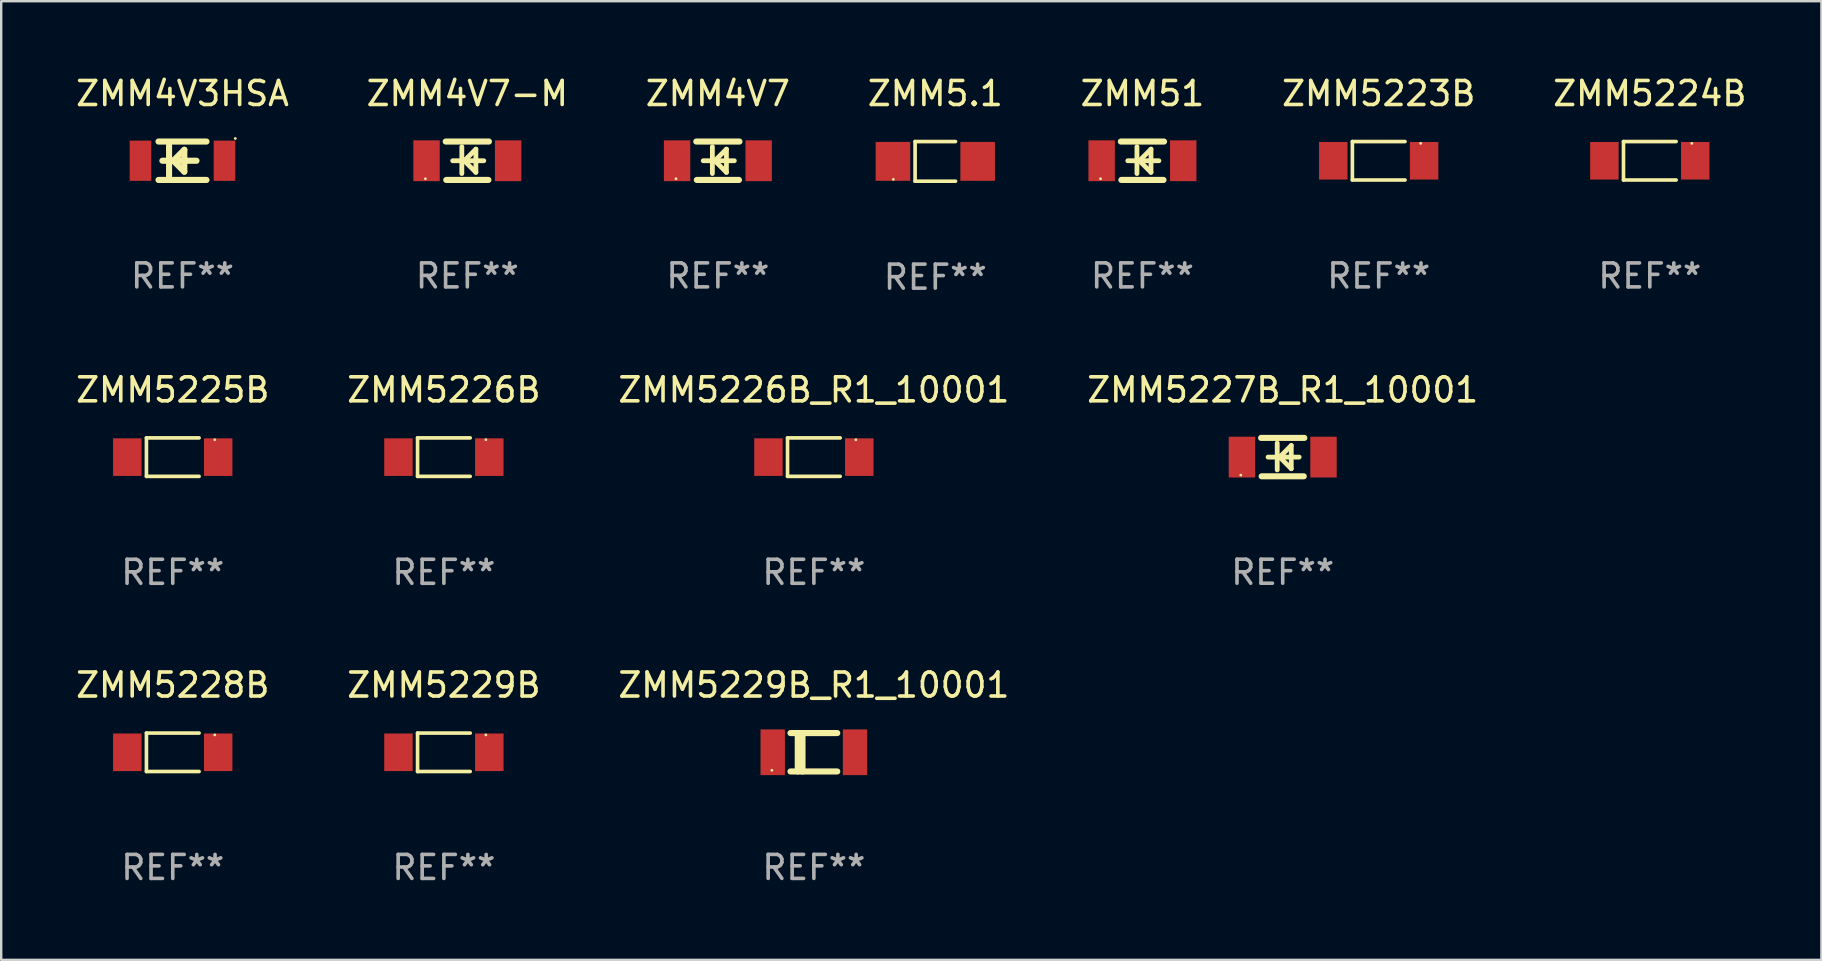
<source format=kicad_pcb>
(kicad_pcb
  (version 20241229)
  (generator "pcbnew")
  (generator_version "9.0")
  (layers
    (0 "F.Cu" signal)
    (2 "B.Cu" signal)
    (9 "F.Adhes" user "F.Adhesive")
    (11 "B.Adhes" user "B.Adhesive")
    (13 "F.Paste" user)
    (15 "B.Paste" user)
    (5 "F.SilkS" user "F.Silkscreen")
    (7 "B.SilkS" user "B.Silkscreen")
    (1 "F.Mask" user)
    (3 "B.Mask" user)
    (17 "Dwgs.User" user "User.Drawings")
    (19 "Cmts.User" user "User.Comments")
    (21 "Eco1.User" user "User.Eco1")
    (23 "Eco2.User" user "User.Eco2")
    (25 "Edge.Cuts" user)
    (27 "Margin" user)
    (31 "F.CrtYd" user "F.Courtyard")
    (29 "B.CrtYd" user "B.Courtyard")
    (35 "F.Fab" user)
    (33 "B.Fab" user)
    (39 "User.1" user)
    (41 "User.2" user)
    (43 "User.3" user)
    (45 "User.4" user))
  (footprint "ZMM5226B"
    (layer "F.Cu")
    (at 15.446 15.998)
    (property "Reference" "ZMM5226B" (at 0 -2.801 0) (layer "F.SilkS") (effects (font (size 1 1) (thickness 0.15))))
    (attr through_hole)
    (fp_line (start -1.097 -0.801) (end -1.097 0.801) (stroke (width 0.152) (type solid)) (layer "F.SilkS"))
    (fp_line (start -1.097 -0.801) (end 1.097 -0.801) (stroke (width 0.152) (type solid)) (layer "F.SilkS"))
    (fp_line (start -1.097 0.801) (end 1.097 0.801) (stroke (width 0.152) (type solid)) (layer "F.SilkS"))
    (fp_circle (center 1.75 -0.725) (end 1.78 -0.725) (stroke (width 0.06) (type solid)) (fill no) (layer "F.SilkS"))
    (fp_text user "REF**" (at 0 4.801 0) (layer "F.Fab") (effects (font (size 1 1) (thickness 0.15))))
    (pad "1" smd rect (at 1.893 0) (size 1.185 1.566) (layers "F.Cu" "F.Mask" "F.Paste"))
    (pad "2" smd rect (at -1.893 0) (size 1.185 1.566) (layers "F.Cu" "F.Mask" "F.Paste")))
  (footprint "ZMM5226B_R1_10001"
    (layer "F.Cu")
    (at 30.863 15.998)
    (property "Reference" "ZMM5226B_R1_10001" (at 0 -2.801 0) (layer "F.SilkS") (effects (font (size 1 1) (thickness 0.15))))
    (attr through_hole)
    (fp_line (start -1.097 -0.801) (end -1.097 0.801) (stroke (width 0.152) (type solid)) (layer "F.SilkS"))
    (fp_line (start -1.097 -0.801) (end 1.097 -0.801) (stroke (width 0.152) (type solid)) (layer "F.SilkS"))
    (fp_line (start -1.097 0.801) (end 1.097 0.801) (stroke (width 0.152) (type solid)) (layer "F.SilkS"))
    (fp_circle (center 1.75 -0.725) (end 1.78 -0.725) (stroke (width 0.06) (type solid)) (fill no) (layer "F.SilkS"))
    (fp_text user "REF**" (at 0 4.801 0) (layer "F.Fab") (effects (font (size 1 1) (thickness 0.15))))
    (pad "1" smd rect (at 1.893 0) (size 1.185 1.566) (layers "F.Cu" "F.Mask" "F.Paste"))
    (pad "2" smd rect (at -1.893 0) (size 1.185 1.566) (layers "F.Cu" "F.Mask" "F.Paste")))
  (footprint "ZMM5227B_R1_10001"
    (layer "F.Cu")
    (at 50.399 15.997)
    (property "Reference" "ZMM5227B_R1_10001" (at 0 -2.8 0) (layer "F.SilkS") (effects (font (size 1 1) (thickness 0.15))))
    (attr through_hole)
    (fp_line (start -0.9 -0.8) (end 0.9 -0.8) (stroke (width 0.254) (type solid)) (layer "F.SilkS"))
    (fp_line (start -0.878 0.8) (end 0.878 0.8) (stroke (width 0.254) (type solid)) (layer "F.SilkS"))
    (fp_line (start -0.61 0) (end 0.686 0) (stroke (width 0.2) (type solid)) (layer "F.SilkS"))
    (fp_line (start -0.229 -0.584) (end -0.229 0.533) (stroke (width 0.2) (type solid)) (layer "F.SilkS"))
    (fp_line (start -0.127 0) (end 0.356 -0.483) (stroke (width 0.2) (type solid)) (layer "F.SilkS"))
    (fp_line (start 0.356 -0.483) (end 0.356 0.483) (stroke (width 0.2) (type solid)) (layer "F.SilkS"))
    (fp_line (start 0.356 0.483) (end -0.102 0.025) (stroke (width 0.2) (type solid)) (layer "F.SilkS"))
    (fp_circle (center -1.746 0.75) (end -1.716 0.75) (stroke (width 0.06) (type solid)) (fill no) (layer "F.SilkS"))
    (fp_text user "REF**" (at 0 4.8 0) (layer "F.Fab") (effects (font (size 1 1) (thickness 0.15))))
    (pad "1" smd rect (at -1.7 0 180) (size 1.1 1.7) (layers "F.Cu" "F.Mask" "F.Paste"))
    (pad "2" smd rect (at 1.7 0 180) (size 1.1 1.7) (layers "F.Cu" "F.Mask" "F.Paste")))
  (footprint "ZMM5225B"
    (layer "F.Cu")
    (at 4.149 15.998)
    (property "Reference" "ZMM5225B" (at 0 -2.801 0) (layer "F.SilkS") (effects (font (size 1 1) (thickness 0.15))))
    (attr through_hole)
    (fp_line (start -1.097 -0.801) (end -1.097 0.801) (stroke (width 0.152) (type solid)) (layer "F.SilkS"))
    (fp_line (start -1.097 -0.801) (end 1.097 -0.801) (stroke (width 0.152) (type solid)) (layer "F.SilkS"))
    (fp_line (start -1.097 0.801) (end 1.097 0.801) (stroke (width 0.152) (type solid)) (layer "F.SilkS"))
    (fp_circle (center 1.75 -0.725) (end 1.78 -0.725) (stroke (width 0.06) (type solid)) (fill no) (layer "F.SilkS"))
    (fp_text user "REF**" (at 0 4.801 0) (layer "F.Fab") (effects (font (size 1 1) (thickness 0.15))))
    (pad "1" smd rect (at 1.893 0) (size 1.185 1.566) (layers "F.Cu" "F.Mask" "F.Paste"))
    (pad "2" smd rect (at -1.893 0) (size 1.185 1.566) (layers "F.Cu" "F.Mask" "F.Paste")))
  (footprint "ZMM5229B"
    (layer "F.Cu")
    (at 15.446 28.297)
    (property "Reference" "ZMM5229B" (at 0 -2.801 0) (layer "F.SilkS") (effects (font (size 1 1) (thickness 0.15))))
    (attr through_hole)
    (fp_line (start -1.097 -0.801) (end -1.097 0.801) (stroke (width 0.152) (type solid)) (layer "F.SilkS"))
    (fp_line (start -1.097 -0.801) (end 1.097 -0.801) (stroke (width 0.152) (type solid)) (layer "F.SilkS"))
    (fp_line (start -1.097 0.801) (end 1.097 0.801) (stroke (width 0.152) (type solid)) (layer "F.SilkS"))
    (fp_circle (center 1.75 -0.725) (end 1.78 -0.725) (stroke (width 0.06) (type solid)) (fill no) (layer "F.SilkS"))
    (fp_text user "REF**" (at 0 4.801 0) (layer "F.Fab") (effects (font (size 1 1) (thickness 0.15))))
    (pad "1" smd rect (at 1.893 0) (size 1.185 1.566) (layers "F.Cu" "F.Mask" "F.Paste"))
    (pad "2" smd rect (at -1.893 0) (size 1.185 1.566) (layers "F.Cu" "F.Mask" "F.Paste")))
  (footprint "ZMM5224B"
    (layer "F.Cu")
    (at 65.696 3.649)
    (property "Reference" "ZMM5224B" (at 0 -2.801 0) (layer "F.SilkS") (effects (font (size 1 1) (thickness 0.15))))
    (attr through_hole)
    (fp_line (start -1.097 -0.801) (end -1.097 0.801) (stroke (width 0.152) (type solid)) (layer "F.SilkS"))
    (fp_line (start -1.097 -0.801) (end 1.097 -0.801) (stroke (width 0.152) (type solid)) (layer "F.SilkS"))
    (fp_line (start -1.097 0.801) (end 1.097 0.801) (stroke (width 0.152) (type solid)) (layer "F.SilkS"))
    (fp_circle (center 1.75 -0.725) (end 1.78 -0.725) (stroke (width 0.06) (type solid)) (fill no) (layer "F.SilkS"))
    (fp_text user "REF**" (at 0 4.801 0) (layer "F.Fab") (effects (font (size 1 1) (thickness 0.15))))
    (pad "1" smd rect (at 1.893 0) (size 1.185 1.566) (layers "F.Cu" "F.Mask" "F.Paste"))
    (pad "2" smd rect (at -1.893 0) (size 1.185 1.566) (layers "F.Cu" "F.Mask" "F.Paste")))
  (footprint "ZMM5.1"
    (layer "F.Cu")
    (at 35.923 3.674)
    (property "Reference" "ZMM5.1" (at 0 -2.826 0) (layer "F.SilkS") (effects (font (size 1 1) (thickness 0.15))))
    (attr through_hole)
    (fp_line (start -0.842 -0.826) (end -0.842 0.826) (stroke (width 0.152) (type solid)) (layer "F.SilkS"))
    (fp_line (start -0.842 -0.826) (end 0.842 -0.826) (stroke (width 0.152) (type solid)) (layer "F.SilkS"))
    (fp_line (start -0.842 0.826) (end 0.842 0.826) (stroke (width 0.152) (type solid)) (layer "F.SilkS"))
    (fp_circle (center -1.75 0.75) (end -1.72 0.75) (stroke (width 0.06) (type solid)) (fill no) (layer "F.SilkS"))
    (fp_text user "REF**" (at 0 4.826 0) (layer "F.Fab") (effects (font (size 1 1) (thickness 0.15))))
    (pad "1" smd rect (at -1.765 0) (size 1.44 1.62) (layers "F.Cu" "F.Mask" "F.Paste"))
    (pad "2" smd rect (at 1.765 0) (size 1.44 1.62) (layers "F.Cu" "F.Mask" "F.Paste")))
  (footprint "ZMM5228B"
    (layer "F.Cu")
    (at 4.149 28.297)
    (property "Reference" "ZMM5228B" (at 0 -2.801 0) (layer "F.SilkS") (effects (font (size 1 1) (thickness 0.15))))
    (attr through_hole)
    (fp_line (start -1.097 -0.801) (end -1.097 0.801) (stroke (width 0.152) (type solid)) (layer "F.SilkS"))
    (fp_line (start -1.097 -0.801) (end 1.097 -0.801) (stroke (width 0.152) (type solid)) (layer "F.SilkS"))
    (fp_line (start -1.097 0.801) (end 1.097 0.801) (stroke (width 0.152) (type solid)) (layer "F.SilkS"))
    (fp_circle (center 1.75 -0.725) (end 1.78 -0.725) (stroke (width 0.06) (type solid)) (fill no) (layer "F.SilkS"))
    (fp_text user "REF**" (at 0 4.801 0) (layer "F.Fab") (effects (font (size 1 1) (thickness 0.15))))
    (pad "1" smd rect (at 1.893 0) (size 1.185 1.566) (layers "F.Cu" "F.Mask" "F.Paste"))
    (pad "2" smd rect (at -1.893 0) (size 1.185 1.566) (layers "F.Cu" "F.Mask" "F.Paste")))
  (footprint "ZMM4V7-M"
    (layer "F.Cu")
    (at 16.423 3.648)
    (property "Reference" "ZMM4V7-M" (at 0 -2.8 0) (layer "F.SilkS") (effects (font (size 1 1) (thickness 0.15))))
    (attr through_hole)
    (fp_line (start -0.9 -0.8) (end 0.9 -0.8) (stroke (width 0.254) (type solid)) (layer "F.SilkS"))
    (fp_line (start -0.878 0.8) (end 0.878 0.8) (stroke (width 0.254) (type solid)) (layer "F.SilkS"))
    (fp_line (start -0.61 0) (end 0.686 0) (stroke (width 0.2) (type solid)) (layer "F.SilkS"))
    (fp_line (start -0.229 -0.584) (end -0.229 0.533) (stroke (width 0.2) (type solid)) (layer "F.SilkS"))
    (fp_line (start -0.127 0) (end 0.356 -0.483) (stroke (width 0.2) (type solid)) (layer "F.SilkS"))
    (fp_line (start 0.356 -0.483) (end 0.356 0.483) (stroke (width 0.2) (type solid)) (layer "F.SilkS"))
    (fp_line (start 0.356 0.483) (end -0.102 0.025) (stroke (width 0.2) (type solid)) (layer "F.SilkS"))
    (fp_circle (center -1.746 0.75) (end -1.716 0.75) (stroke (width 0.06) (type solid)) (fill no) (layer "F.SilkS"))
    (fp_text user "REF**" (at 0 4.8 0) (layer "F.Fab") (effects (font (size 1 1) (thickness 0.15))))
    (pad "1" smd rect (at -1.7 0 180) (size 1.1 1.7) (layers "F.Cu" "F.Mask" "F.Paste"))
    (pad "2" smd rect (at 1.7 0 180) (size 1.1 1.7) (layers "F.Cu" "F.Mask" "F.Paste")))
  (footprint "ZMM4V7"
    (layer "F.Cu")
    (at 26.863 3.648)
    (property "Reference" "ZMM4V7" (at 0 -2.8 0) (layer "F.SilkS") (effects (font (size 1 1) (thickness 0.15))))
    (attr through_hole)
    (fp_line (start -0.9 -0.8) (end 0.9 -0.8) (stroke (width 0.254) (type solid)) (layer "F.SilkS"))
    (fp_line (start -0.878 0.8) (end 0.878 0.8) (stroke (width 0.254) (type solid)) (layer "F.SilkS"))
    (fp_line (start -0.61 0) (end 0.686 0) (stroke (width 0.2) (type solid)) (layer "F.SilkS"))
    (fp_line (start -0.229 -0.584) (end -0.229 0.533) (stroke (width 0.2) (type solid)) (layer "F.SilkS"))
    (fp_line (start -0.127 0) (end 0.356 -0.483) (stroke (width 0.2) (type solid)) (layer "F.SilkS"))
    (fp_line (start 0.356 -0.483) (end 0.356 0.483) (stroke (width 0.2) (type solid)) (layer "F.SilkS"))
    (fp_line (start 0.356 0.483) (end -0.102 0.025) (stroke (width 0.2) (type solid)) (layer "F.SilkS"))
    (fp_circle (center -1.746 0.75) (end -1.716 0.75) (stroke (width 0.06) (type solid)) (fill no) (layer "F.SilkS"))
    (fp_text user "REF**" (at 0 4.8 0) (layer "F.Fab") (effects (font (size 1 1) (thickness 0.15))))
    (pad "1" smd rect (at -1.7 0 180) (size 1.1 1.7) (layers "F.Cu" "F.Mask" "F.Paste"))
    (pad "2" smd rect (at 1.7 0 180) (size 1.1 1.7) (layers "F.Cu" "F.Mask" "F.Paste")))
  (footprint "ZMM5223B"
    (layer "F.Cu")
    (at 54.399 3.649)
    (property "Reference" "ZMM5223B" (at 0 -2.801 0) (layer "F.SilkS") (effects (font (size 1 1) (thickness 0.15))))
    (attr through_hole)
    (fp_line (start -1.097 -0.801) (end -1.097 0.801) (stroke (width 0.152) (type solid)) (layer "F.SilkS"))
    (fp_line (start -1.097 -0.801) (end 1.097 -0.801) (stroke (width 0.152) (type solid)) (layer "F.SilkS"))
    (fp_line (start -1.097 0.801) (end 1.097 0.801) (stroke (width 0.152) (type solid)) (layer "F.SilkS"))
    (fp_circle (center 1.75 -0.725) (end 1.78 -0.725) (stroke (width 0.06) (type solid)) (fill no) (layer "F.SilkS"))
    (fp_text user "REF**" (at 0 4.801 0) (layer "F.Fab") (effects (font (size 1 1) (thickness 0.15))))
    (pad "1" smd rect (at 1.893 0) (size 1.185 1.566) (layers "F.Cu" "F.Mask" "F.Paste"))
    (pad "2" smd rect (at -1.893 0) (size 1.185 1.566) (layers "F.Cu" "F.Mask" "F.Paste")))
  (footprint "ZMM4V3HSA"
    (layer "F.Cu")
    (at 4.554 3.648)
    (property "Reference" "ZMM4V3HSA" (at 0 -2.8 0) (layer "F.SilkS") (effects (font (size 1 1) (thickness 0.15))))
    (attr through_hole)
    (fp_line (start -0.559 0.635) (end -0.559 -0.635) (stroke (width 0.254) (type solid)) (layer "F.SilkS"))
    (fp_line (start -0.381 0) (end 0.076 0.457) (stroke (width 0.254) (type solid)) (layer "F.SilkS"))
    (fp_line (start 0.076 -0.457) (end -0.381 0) (stroke (width 0.254) (type solid)) (layer "F.SilkS"))
    (fp_line (start 0.076 0.457) (end 0.076 -0.457) (stroke (width 0.254) (type solid)) (layer "F.SilkS"))
    (fp_line (start 0.584 0) (end -0.838 0) (stroke (width 0.254) (type solid)) (layer "F.SilkS"))
    (fp_line (start 1 -0.8) (end -1 -0.8) (stroke (width 0.254) (type solid)) (layer "F.SilkS"))
    (fp_line (start 1 0.8) (end -1 0.8) (stroke (width 0.254) (type solid)) (layer "F.SilkS"))
    (fp_circle (center 2.2 -0.927) (end 2.23 -0.927) (stroke (width 0.06) (type solid)) (fill no) (layer "F.SilkS"))
    (fp_text user "REF**" (at 0 4.8 0) (layer "F.Fab") (effects (font (size 1 1) (thickness 0.15))))
    (pad "1" smd rect (at 1.75 0) (size 0.9 1.676) (layers "F.Cu" "F.Mask" "F.Paste"))
    (pad "2" smd rect (at -1.75 0) (size 0.9 1.676) (layers "F.Cu" "F.Mask" "F.Paste")))
  (footprint "ZMM5229B_R1_10001"
    (layer "F.Cu")
    (at 30.863 28.296)
    (property "Reference" "ZMM5229B_R1_10001" (at 0 -2.8 0) (layer "F.SilkS") (effects (font (size 1 1) (thickness 0.15))))
    (attr through_hole)
    (fp_line (start -0.975 -0.8) (end 0.975 -0.8) (stroke (width 0.254) (type solid)) (layer "F.SilkS"))
    (fp_line (start -0.975 0.8) (end 0.975 0.8) (stroke (width 0.254) (type solid)) (layer "F.SilkS"))
    (fp_line (start -0.671 -0.8) (end -0.671 0.8) (stroke (width 0.254) (type solid)) (layer "F.SilkS"))
    (fp_line (start -0.474 -0.8) (end -0.474 0.8) (stroke (width 0.254) (type solid)) (layer "F.SilkS"))
    (fp_circle (center -1.75 0.75) (end -1.72 0.75) (stroke (width 0.06) (type solid)) (fill no) (layer "F.SilkS"))
    (fp_text user "REF**" (at 0 4.8 0) (layer "F.Fab") (effects (font (size 1 1) (thickness 0.15))))
    (pad "1" smd rect (at -1.715 0 180) (size 1.016 1.905) (layers "F.Cu" "F.Mask" "F.Paste"))
    (pad "2" smd rect (at 1.715 0 180) (size 1.016 1.905) (layers "F.Cu" "F.Mask" "F.Paste")))
  (footprint "ZMM51"
    (layer "F.Cu")
    (at 44.554 3.648)
    (property "Reference" "ZMM51" (at 0 -2.8 0) (layer "F.SilkS") (effects (font (size 1 1) (thickness 0.15))))
    (attr through_hole)
    (fp_line (start -0.9 -0.8) (end 0.9 -0.8) (stroke (width 0.254) (type solid)) (layer "F.SilkS"))
    (fp_line (start -0.878 0.8) (end 0.878 0.8) (stroke (width 0.254) (type solid)) (layer "F.SilkS"))
    (fp_line (start -0.61 0) (end 0.686 0) (stroke (width 0.2) (type solid)) (layer "F.SilkS"))
    (fp_line (start -0.229 -0.584) (end -0.229 0.533) (stroke (width 0.2) (type solid)) (layer "F.SilkS"))
    (fp_line (start -0.127 0) (end 0.356 -0.483) (stroke (width 0.2) (type solid)) (layer "F.SilkS"))
    (fp_line (start 0.356 -0.483) (end 0.356 0.483) (stroke (width 0.2) (type solid)) (layer "F.SilkS"))
    (fp_line (start 0.356 0.483) (end -0.102 0.025) (stroke (width 0.2) (type solid)) (layer "F.SilkS"))
    (fp_circle (center -1.746 0.75) (end -1.716 0.75) (stroke (width 0.06) (type solid)) (fill no) (layer "F.SilkS"))
    (fp_text user "REF**" (at 0 4.8 0) (layer "F.Fab") (effects (font (size 1 1) (thickness 0.15))))
    (pad "1" smd rect (at -1.7 0 180) (size 1.1 1.7) (layers "F.Cu" "F.Mask" "F.Paste"))
    (pad "2" smd rect (at 1.7 0 180) (size 1.1 1.7) (layers "F.Cu" "F.Mask" "F.Paste")))
  (gr_rect
    (start -3 -3)
    (end 72.845 36.947)
    (stroke (width 0.1) (type default))
    (fill no)
    (layer "Edge.Cuts")))
</source>
